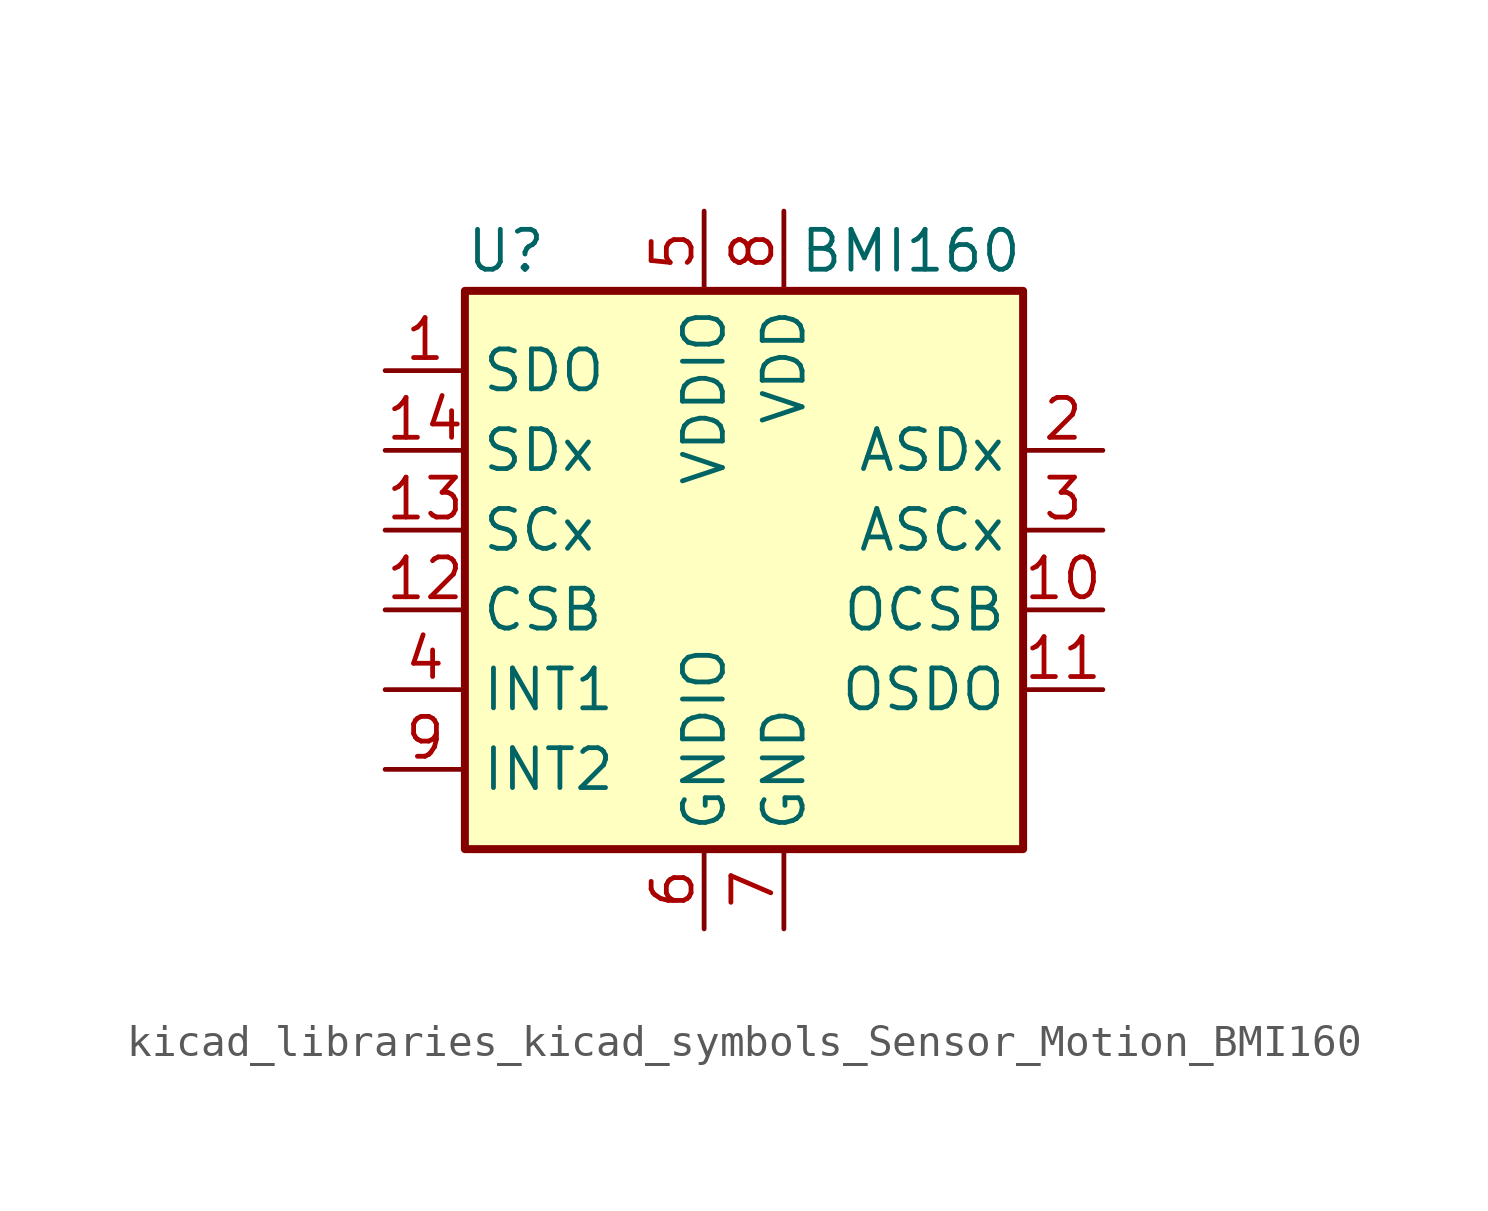
<source format=kicad_sym>
(kicad_symbol_lib
  (version 20220914)
  (generator kicad_symbol_editor)
  (symbol "kicad_libraries_kicad_symbols_Sensor_Motion_BMI160"
    (property "Reference" "U"
      (at -10.16 8.89 0)
      (effects (font (size 1.27 1.27)) (justify left)))
    (property "Value" "BMI160"
      (at 7.62 8.89 0)
      (effects (font (size 1.27 1.27)) (justify right)))
    (symbol "kicad_libraries_kicad_symbols_Sensor_Motion_BMI160_1_1"
      (rectangle (start -10.16 7.62) (end 7.62 -10.16) (stroke (width 0.254) (type default)) (fill (type background)))
      (pin bidirectional line (at -12.7 5.08 0) (length 2.54) (name "SDO" (effects (font (size 1.27 1.27)))) (number "1" (effects (font (size 1.27 1.27)))))
      (pin bidirectional line (at 10.16 -2.54 180) (length 2.54) (name "OCSB" (effects (font (size 1.27 1.27)))) (number "10" (effects (font (size 1.27 1.27)))))
      (pin bidirectional line (at 10.16 -5.08 180) (length 2.54) (name "OSDO" (effects (font (size 1.27 1.27)))) (number "11" (effects (font (size 1.27 1.27)))))
      (pin input line (at -12.7 -2.54 0) (length 2.54) (name "CSB" (effects (font (size 1.27 1.27)))) (number "12" (effects (font (size 1.27 1.27)))))
      (pin input line (at -12.7 0 0) (length 2.54) (name "SCx" (effects (font (size 1.27 1.27)))) (number "13" (effects (font (size 1.27 1.27)))))
      (pin bidirectional line (at -12.7 2.54 0) (length 2.54) (name "SDx" (effects (font (size 1.27 1.27)))) (number "14" (effects (font (size 1.27 1.27)))))
      (pin bidirectional line (at 10.16 2.54 180) (length 2.54) (name "ASDx" (effects (font (size 1.27 1.27)))) (number "2" (effects (font (size 1.27 1.27)))))
      (pin output line (at 10.16 0 180) (length 2.54) (name "ASCx" (effects (font (size 1.27 1.27)))) (number "3" (effects (font (size 1.27 1.27)))))
      (pin bidirectional line (at -12.7 -5.08 0) (length 2.54) (name "INT1" (effects (font (size 1.27 1.27)))) (number "4" (effects (font (size 1.27 1.27)))))
      (pin power_in line (at -2.54 10.16 270) (length 2.54) (name "VDDIO" (effects (font (size 1.27 1.27)))) (number "5" (effects (font (size 1.27 1.27)))))
      (pin power_in line (at -2.54 -12.7 90) (length 2.54) (name "GNDIO" (effects (font (size 1.27 1.27)))) (number "6" (effects (font (size 1.27 1.27)))))
      (pin power_in line (at 0 -12.7 90) (length 2.54) (name "GND" (effects (font (size 1.27 1.27)))) (number "7" (effects (font (size 1.27 1.27)))))
      (pin power_in line (at 0 10.16 270) (length 2.54) (name "VDD" (effects (font (size 1.27 1.27)))) (number "8" (effects (font (size 1.27 1.27)))))
      (pin bidirectional line (at -12.7 -7.62 0) (length 2.54) (name "INT2" (effects (font (size 1.27 1.27)))) (number "9" (effects (font (size 1.27 1.27))))))))
</source>
